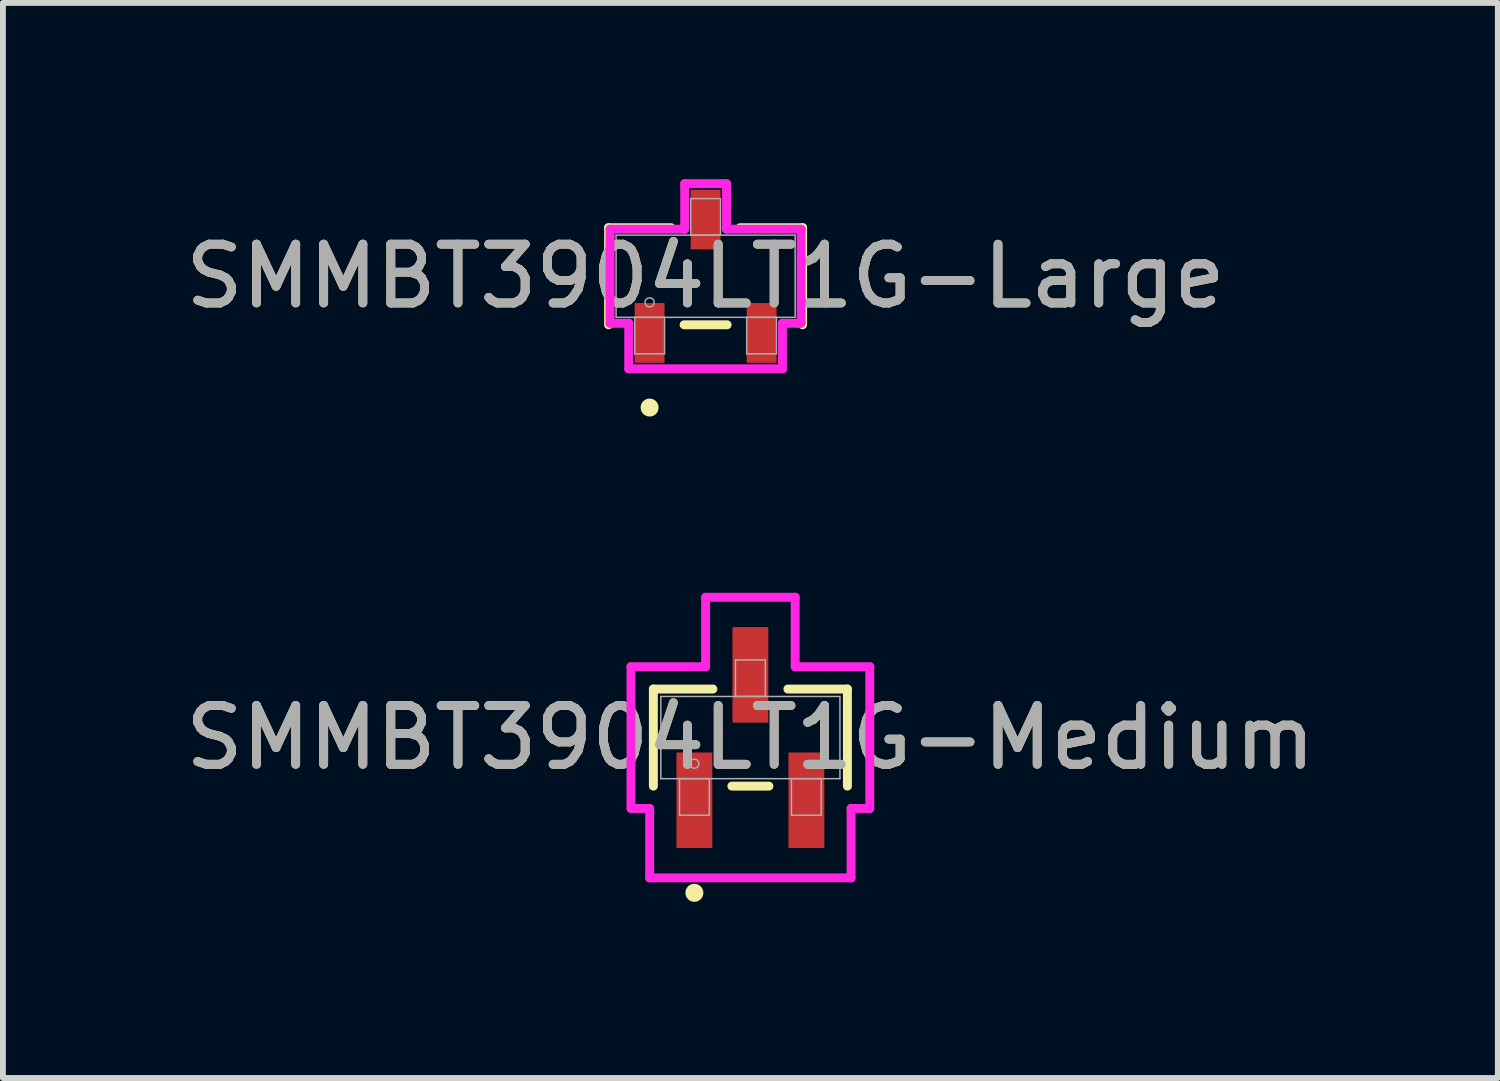
<source format=kicad_pcb>
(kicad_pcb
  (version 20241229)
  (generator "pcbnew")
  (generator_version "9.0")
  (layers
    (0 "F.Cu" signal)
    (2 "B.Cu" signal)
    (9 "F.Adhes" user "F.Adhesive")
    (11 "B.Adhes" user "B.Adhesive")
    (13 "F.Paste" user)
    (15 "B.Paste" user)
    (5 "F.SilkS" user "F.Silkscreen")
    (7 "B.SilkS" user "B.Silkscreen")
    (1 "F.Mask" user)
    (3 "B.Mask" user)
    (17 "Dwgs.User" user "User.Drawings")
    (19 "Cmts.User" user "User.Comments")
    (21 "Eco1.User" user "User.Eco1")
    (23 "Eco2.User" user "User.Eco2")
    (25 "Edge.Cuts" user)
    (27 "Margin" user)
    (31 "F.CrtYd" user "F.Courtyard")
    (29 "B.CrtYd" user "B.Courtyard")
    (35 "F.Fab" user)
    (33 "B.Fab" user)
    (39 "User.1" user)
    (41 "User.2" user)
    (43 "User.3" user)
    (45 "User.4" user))
  (footprint "SMMBT3904LT1G-Large"
    (layer "F.Cu")
    (at 8.958 1.651)
    (property "Reference" "SMMBT3904LT1G-Large" (at 0 0 0) (unlocked yes) (layer "F.SilkS") (effects (font (size 1 1) (thickness 0.15))))
    (attr smd)
    (fp_line (start -1.651 -0.826) (end -1.651 0.826) (stroke (width 0.152) (type solid)) (layer "F.SilkS"))
    (fp_line (start -0.587 -0.826) (end -1.651 -0.826) (stroke (width 0.152) (type solid)) (layer "F.SilkS"))
    (fp_line (start -0.366 0.826) (end 0.366 0.826) (stroke (width 0.152) (type solid)) (layer "F.SilkS"))
    (fp_line (start 1.651 -0.826) (end 0.587 -0.826) (stroke (width 0.152) (type solid)) (layer "F.SilkS"))
    (fp_line (start 1.651 0.826) (end 1.651 -0.826) (stroke (width 0.152) (type solid)) (layer "F.SilkS"))
    (fp_circle (center -0.953 2.235) (end -0.876 2.235) (stroke (width 0.152) (type solid)) (fill no) (layer "F.SilkS"))
    (fp_line (start -1.626 -0.8) (end -0.356 -0.8) (stroke (width 0.152) (type solid)) (layer "F.CrtYd"))
    (fp_line (start -1.626 0.8) (end -1.626 -0.8) (stroke (width 0.152) (type solid)) (layer "F.CrtYd"))
    (fp_line (start -1.626 0.8) (end -1.308 0.8) (stroke (width 0.152) (type solid)) (layer "F.CrtYd"))
    (fp_line (start -1.308 0.8) (end -1.308 1.575) (stroke (width 0.152) (type solid)) (layer "F.CrtYd"))
    (fp_line (start -1.308 1.575) (end 1.308 1.575) (stroke (width 0.152) (type solid)) (layer "F.CrtYd"))
    (fp_line (start -0.356 -1.575) (end 0.356 -1.575) (stroke (width 0.152) (type solid)) (layer "F.CrtYd"))
    (fp_line (start -0.356 -0.8) (end -0.356 -1.575) (stroke (width 0.152) (type solid)) (layer "F.CrtYd"))
    (fp_line (start 0.356 -0.8) (end 0.356 -1.575) (stroke (width 0.152) (type solid)) (layer "F.CrtYd"))
    (fp_line (start 1.308 0.8) (end 1.308 1.575) (stroke (width 0.152) (type solid)) (layer "F.CrtYd"))
    (fp_line (start 1.626 -0.8) (end 0.356 -0.8) (stroke (width 0.152) (type solid)) (layer "F.CrtYd"))
    (fp_line (start 1.626 -0.8) (end 1.626 0.8) (stroke (width 0.152) (type solid)) (layer "F.CrtYd"))
    (fp_line (start 1.626 0.8) (end 1.308 0.8) (stroke (width 0.152) (type solid)) (layer "F.CrtYd"))
    (fp_line (start -1.524 -0.699) (end -1.524 0.699) (stroke (width 0.025) (type solid)) (layer "F.Fab"))
    (fp_line (start -1.524 0.699) (end 1.524 0.699) (stroke (width 0.025) (type solid)) (layer "F.Fab"))
    (fp_line (start -1.206 0.699) (end -1.206 1.321) (stroke (width 0.025) (type solid)) (layer "F.Fab"))
    (fp_line (start -1.206 1.321) (end -0.699 1.321) (stroke (width 0.025) (type solid)) (layer "F.Fab"))
    (fp_line (start -0.699 0.699) (end -1.206 0.699) (stroke (width 0.025) (type solid)) (layer "F.Fab"))
    (fp_line (start -0.699 1.321) (end -0.699 0.699) (stroke (width 0.025) (type solid)) (layer "F.Fab"))
    (fp_line (start -0.254 -1.321) (end -0.254 -0.699) (stroke (width 0.025) (type solid)) (layer "F.Fab"))
    (fp_line (start -0.254 -0.699) (end 0.254 -0.699) (stroke (width 0.025) (type solid)) (layer "F.Fab"))
    (fp_line (start 0.254 -1.321) (end -0.254 -1.321) (stroke (width 0.025) (type solid)) (layer "F.Fab"))
    (fp_line (start 0.254 -0.699) (end 0.254 -1.321) (stroke (width 0.025) (type solid)) (layer "F.Fab"))
    (fp_line (start 0.699 0.699) (end 0.699 1.321) (stroke (width 0.025) (type solid)) (layer "F.Fab"))
    (fp_line (start 0.699 1.321) (end 1.206 1.321) (stroke (width 0.025) (type solid)) (layer "F.Fab"))
    (fp_line (start 1.206 0.699) (end 0.699 0.699) (stroke (width 0.025) (type solid)) (layer "F.Fab"))
    (fp_line (start 1.206 1.321) (end 1.206 0.699) (stroke (width 0.025) (type solid)) (layer "F.Fab"))
    (fp_line (start 1.524 -0.699) (end -1.524 -0.699) (stroke (width 0.025) (type solid)) (layer "F.Fab"))
    (fp_line (start 1.524 0.699) (end 1.524 -0.699) (stroke (width 0.025) (type solid)) (layer "F.Fab"))
    (fp_circle (center -0.953 0.445) (end -0.876 0.445) (stroke (width 0.025) (type solid)) (fill no) (layer "F.Fab"))
    (fp_text user "${REFERENCE}" (at 0 0 0) (unlocked yes) (layer "F.Fab") (effects (font (size 1 1) (thickness 0.15))))
    (pad "1" smd rect (at -0.953 0.965) (size 0.508 1.016) (layers "F.Cu" "F.Mask" "F.Paste"))
    (pad "2" smd rect (at 0.953 0.965) (size 0.508 1.016) (layers "F.Cu" "F.Mask" "F.Paste"))
    (pad "3" smd rect (at 0 -0.965) (size 0.508 1.016) (layers "F.Cu" "F.Mask" "F.Paste")))
  (footprint "SMMBT3904LT1G-Medium"
    (layer "F.Cu")
    (at 9.72 9.502)
    (property "Reference" "SMMBT3904LT1G-Medium" (at 0 0 0) (unlocked yes) (layer "F.SilkS") (effects (font (size 1 1) (thickness 0.15))))
    (attr smd)
    (fp_line (start -1.651 -0.826) (end -1.651 0.826) (stroke (width 0.152) (type solid)) (layer "F.SilkS"))
    (fp_line (start -0.638 -0.826) (end -1.651 -0.826) (stroke (width 0.152) (type solid)) (layer "F.SilkS"))
    (fp_line (start -0.315 0.826) (end 0.315 0.826) (stroke (width 0.152) (type solid)) (layer "F.SilkS"))
    (fp_line (start 1.651 -0.826) (end 0.638 -0.826) (stroke (width 0.152) (type solid)) (layer "F.SilkS"))
    (fp_line (start 1.651 0.826) (end 1.651 -0.826) (stroke (width 0.152) (type solid)) (layer "F.SilkS"))
    (fp_circle (center -0.953 2.642) (end -0.876 2.642) (stroke (width 0.152) (type solid)) (fill no) (layer "F.SilkS"))
    (fp_line (start -2.032 -1.206) (end -0.762 -1.206) (stroke (width 0.152) (type solid)) (layer "F.CrtYd"))
    (fp_line (start -2.032 1.206) (end -2.032 -1.206) (stroke (width 0.152) (type solid)) (layer "F.CrtYd"))
    (fp_line (start -2.032 1.206) (end -1.714 1.206) (stroke (width 0.152) (type solid)) (layer "F.CrtYd"))
    (fp_line (start -1.714 1.206) (end -1.714 2.388) (stroke (width 0.152) (type solid)) (layer "F.CrtYd"))
    (fp_line (start -1.714 2.388) (end 1.714 2.388) (stroke (width 0.152) (type solid)) (layer "F.CrtYd"))
    (fp_line (start -0.762 -2.388) (end 0.762 -2.388) (stroke (width 0.152) (type solid)) (layer "F.CrtYd"))
    (fp_line (start -0.762 -1.206) (end -0.762 -2.388) (stroke (width 0.152) (type solid)) (layer "F.CrtYd"))
    (fp_line (start 0.762 -1.206) (end 0.762 -2.388) (stroke (width 0.152) (type solid)) (layer "F.CrtYd"))
    (fp_line (start 1.714 1.206) (end 1.714 2.388) (stroke (width 0.152) (type solid)) (layer "F.CrtYd"))
    (fp_line (start 2.032 -1.206) (end 0.762 -1.206) (stroke (width 0.152) (type solid)) (layer "F.CrtYd"))
    (fp_line (start 2.032 -1.206) (end 2.032 1.206) (stroke (width 0.152) (type solid)) (layer "F.CrtYd"))
    (fp_line (start 2.032 1.206) (end 1.714 1.206) (stroke (width 0.152) (type solid)) (layer "F.CrtYd"))
    (fp_line (start -1.524 -0.699) (end -1.524 0.699) (stroke (width 0.025) (type solid)) (layer "F.Fab"))
    (fp_line (start -1.524 0.699) (end 1.524 0.699) (stroke (width 0.025) (type solid)) (layer "F.Fab"))
    (fp_line (start -1.206 0.699) (end -1.206 1.321) (stroke (width 0.025) (type solid)) (layer "F.Fab"))
    (fp_line (start -1.206 1.321) (end -0.699 1.321) (stroke (width 0.025) (type solid)) (layer "F.Fab"))
    (fp_line (start -0.699 0.699) (end -1.206 0.699) (stroke (width 0.025) (type solid)) (layer "F.Fab"))
    (fp_line (start -0.699 1.321) (end -0.699 0.699) (stroke (width 0.025) (type solid)) (layer "F.Fab"))
    (fp_line (start -0.254 -1.321) (end -0.254 -0.699) (stroke (width 0.025) (type solid)) (layer "F.Fab"))
    (fp_line (start -0.254 -0.699) (end 0.254 -0.699) (stroke (width 0.025) (type solid)) (layer "F.Fab"))
    (fp_line (start 0.254 -1.321) (end -0.254 -1.321) (stroke (width 0.025) (type solid)) (layer "F.Fab"))
    (fp_line (start 0.254 -0.699) (end 0.254 -1.321) (stroke (width 0.025) (type solid)) (layer "F.Fab"))
    (fp_line (start 0.699 0.699) (end 0.699 1.321) (stroke (width 0.025) (type solid)) (layer "F.Fab"))
    (fp_line (start 0.699 1.321) (end 1.206 1.321) (stroke (width 0.025) (type solid)) (layer "F.Fab"))
    (fp_line (start 1.206 0.699) (end 0.699 0.699) (stroke (width 0.025) (type solid)) (layer "F.Fab"))
    (fp_line (start 1.206 1.321) (end 1.206 0.699) (stroke (width 0.025) (type solid)) (layer "F.Fab"))
    (fp_line (start 1.524 -0.699) (end -1.524 -0.699) (stroke (width 0.025) (type solid)) (layer "F.Fab"))
    (fp_line (start 1.524 0.699) (end 1.524 -0.699) (stroke (width 0.025) (type solid)) (layer "F.Fab"))
    (fp_circle (center -0.953 0.445) (end -0.876 0.445) (stroke (width 0.025) (type solid)) (fill no) (layer "F.Fab"))
    (fp_text user "${REFERENCE}" (at 0 0 0) (unlocked yes) (layer "F.Fab") (effects (font (size 1 1) (thickness 0.15))))
    (pad "1" smd rect (at -0.953 1.067) (size 0.61 1.626) (layers "F.Cu" "F.Mask" "F.Paste"))
    (pad "2" smd rect (at 0.953 1.067) (size 0.61 1.626) (layers "F.Cu" "F.Mask" "F.Paste"))
    (pad "3" smd rect (at 0 -1.067) (size 0.61 1.626) (layers "F.Cu" "F.Mask" "F.Paste")))
  (gr_rect
    (start -3 -3)
    (end 22.44 15.296)
    (stroke (width 0.1) (type default))
    (fill no)
    (layer "Edge.Cuts")))
</source>
